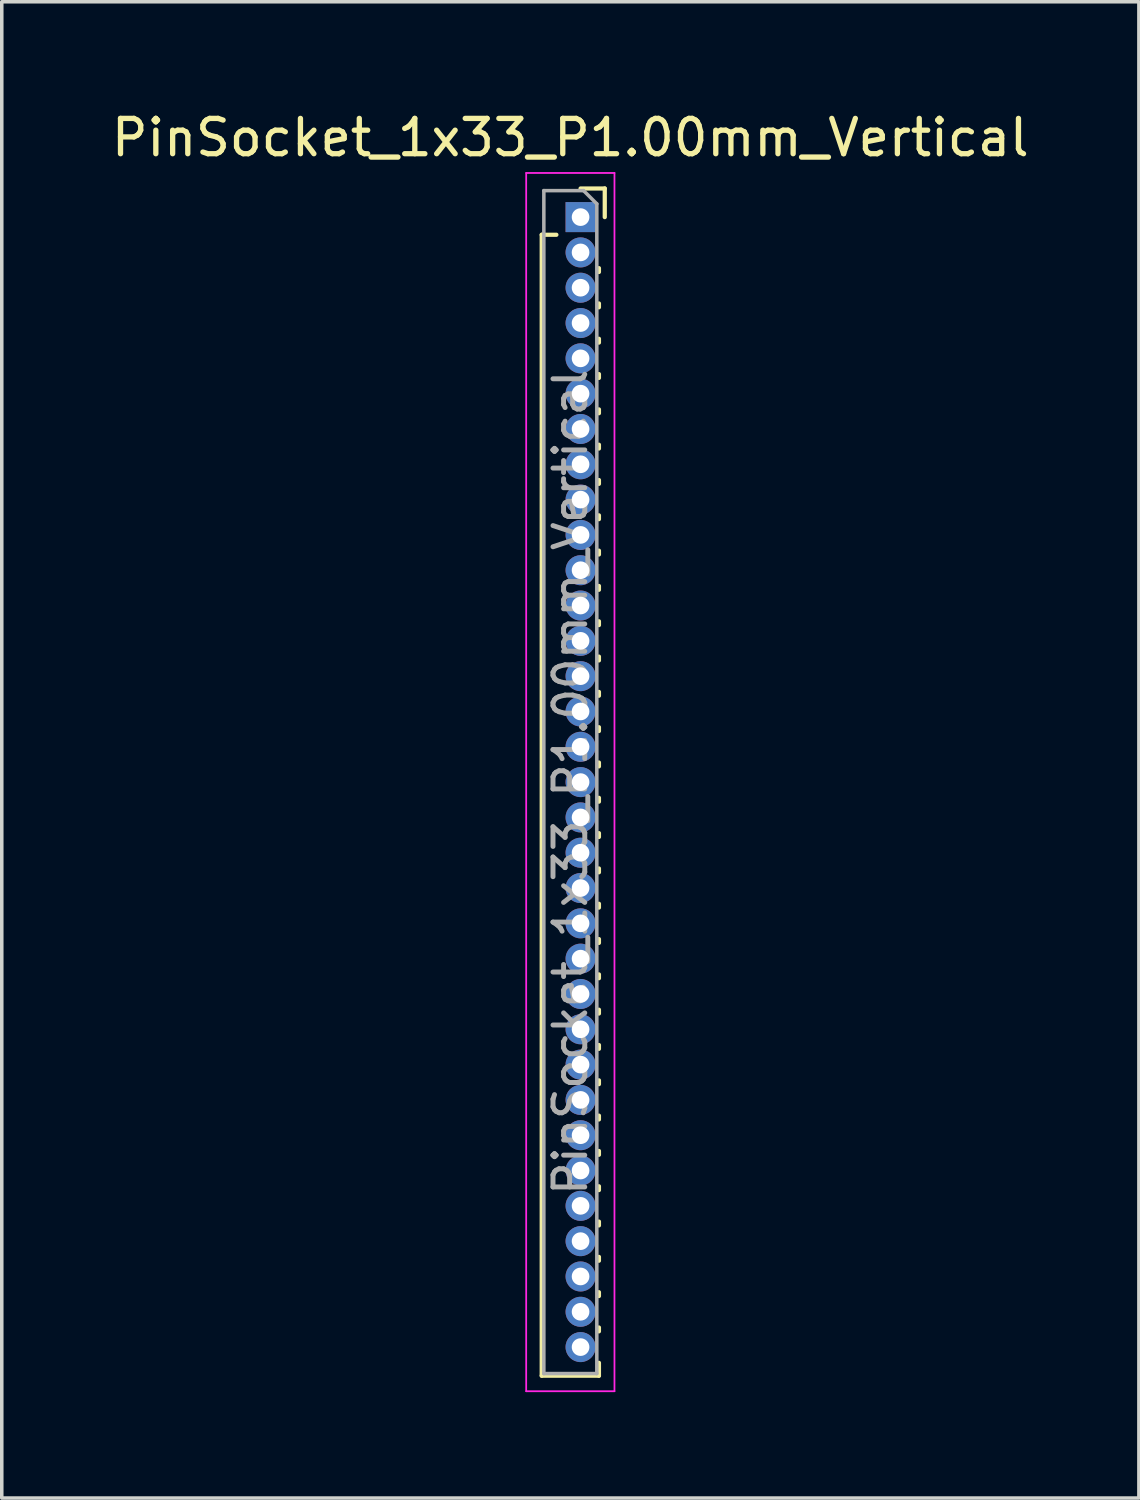
<source format=kicad_pcb>
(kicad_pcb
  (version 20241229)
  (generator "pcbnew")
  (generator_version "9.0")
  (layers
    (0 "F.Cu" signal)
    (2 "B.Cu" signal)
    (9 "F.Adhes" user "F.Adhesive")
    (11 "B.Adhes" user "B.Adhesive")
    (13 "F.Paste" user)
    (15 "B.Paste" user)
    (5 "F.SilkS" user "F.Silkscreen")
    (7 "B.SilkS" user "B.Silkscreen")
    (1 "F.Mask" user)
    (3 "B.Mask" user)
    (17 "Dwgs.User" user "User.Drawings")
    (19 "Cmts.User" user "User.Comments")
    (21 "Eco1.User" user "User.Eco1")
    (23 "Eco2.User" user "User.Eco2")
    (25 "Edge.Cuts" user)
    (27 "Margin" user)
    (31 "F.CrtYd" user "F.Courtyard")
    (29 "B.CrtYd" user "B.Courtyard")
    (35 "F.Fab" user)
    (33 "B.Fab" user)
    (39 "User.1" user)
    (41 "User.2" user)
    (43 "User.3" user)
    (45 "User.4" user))
  (footprint "PinSocket_1x33_P1.00mm_Vertical"
    (layer "F.Cu")
    (at 13.391 3.098)
    (property "Reference" "PinSocket_1x33_P1.00mm_Vertical" (at -0.29 -2.25 0) (layer "F.SilkS") (effects (font (size 1 1) (thickness 0.15))))
    (attr through_hole)
    (fp_line (start -1.1 0.5) (end -1.1 32.81) (stroke (width 0.12) (type solid)) (layer "F.SilkS"))
    (fp_line (start -1.1 0.5) (end -0.685 0.5) (stroke (width 0.12) (type solid)) (layer "F.SilkS"))
    (fp_line (start -1.1 32.81) (end 0.52 32.81) (stroke (width 0.12) (type solid)) (layer "F.SilkS"))
    (fp_line (start 0 -0.81) (end 0.685 -0.81) (stroke (width 0.12) (type solid)) (layer "F.SilkS"))
    (fp_line (start 0.52 1.446) (end 0.52 1.554) (stroke (width 0.12) (type solid)) (layer "F.SilkS"))
    (fp_line (start 0.52 2.446) (end 0.52 2.554) (stroke (width 0.12) (type solid)) (layer "F.SilkS"))
    (fp_line (start 0.52 3.446) (end 0.52 3.554) (stroke (width 0.12) (type solid)) (layer "F.SilkS"))
    (fp_line (start 0.52 4.446) (end 0.52 4.554) (stroke (width 0.12) (type solid)) (layer "F.SilkS"))
    (fp_line (start 0.52 5.446) (end 0.52 5.554) (stroke (width 0.12) (type solid)) (layer "F.SilkS"))
    (fp_line (start 0.52 6.446) (end 0.52 6.554) (stroke (width 0.12) (type solid)) (layer "F.SilkS"))
    (fp_line (start 0.52 7.446) (end 0.52 7.554) (stroke (width 0.12) (type solid)) (layer "F.SilkS"))
    (fp_line (start 0.52 8.446) (end 0.52 8.554) (stroke (width 0.12) (type solid)) (layer "F.SilkS"))
    (fp_line (start 0.52 9.446) (end 0.52 9.554) (stroke (width 0.12) (type solid)) (layer "F.SilkS"))
    (fp_line (start 0.52 10.446) (end 0.52 10.554) (stroke (width 0.12) (type solid)) (layer "F.SilkS"))
    (fp_line (start 0.52 11.446) (end 0.52 11.554) (stroke (width 0.12) (type solid)) (layer "F.SilkS"))
    (fp_line (start 0.52 12.446) (end 0.52 12.554) (stroke (width 0.12) (type solid)) (layer "F.SilkS"))
    (fp_line (start 0.52 13.446) (end 0.52 13.554) (stroke (width 0.12) (type solid)) (layer "F.SilkS"))
    (fp_line (start 0.52 14.446) (end 0.52 14.554) (stroke (width 0.12) (type solid)) (layer "F.SilkS"))
    (fp_line (start 0.52 15.446) (end 0.52 15.554) (stroke (width 0.12) (type solid)) (layer "F.SilkS"))
    (fp_line (start 0.52 16.446) (end 0.52 16.554) (stroke (width 0.12) (type solid)) (layer "F.SilkS"))
    (fp_line (start 0.52 17.446) (end 0.52 17.554) (stroke (width 0.12) (type solid)) (layer "F.SilkS"))
    (fp_line (start 0.52 18.446) (end 0.52 18.554) (stroke (width 0.12) (type solid)) (layer "F.SilkS"))
    (fp_line (start 0.52 19.446) (end 0.52 19.554) (stroke (width 0.12) (type solid)) (layer "F.SilkS"))
    (fp_line (start 0.52 20.446) (end 0.52 20.554) (stroke (width 0.12) (type solid)) (layer "F.SilkS"))
    (fp_line (start 0.52 21.446) (end 0.52 21.554) (stroke (width 0.12) (type solid)) (layer "F.SilkS"))
    (fp_line (start 0.52 22.446) (end 0.52 22.554) (stroke (width 0.12) (type solid)) (layer "F.SilkS"))
    (fp_line (start 0.52 23.446) (end 0.52 23.554) (stroke (width 0.12) (type solid)) (layer "F.SilkS"))
    (fp_line (start 0.52 24.446) (end 0.52 24.554) (stroke (width 0.12) (type solid)) (layer "F.SilkS"))
    (fp_line (start 0.52 25.446) (end 0.52 25.554) (stroke (width 0.12) (type solid)) (layer "F.SilkS"))
    (fp_line (start 0.52 26.446) (end 0.52 26.554) (stroke (width 0.12) (type solid)) (layer "F.SilkS"))
    (fp_line (start 0.52 27.446) (end 0.52 27.554) (stroke (width 0.12) (type solid)) (layer "F.SilkS"))
    (fp_line (start 0.52 28.446) (end 0.52 28.554) (stroke (width 0.12) (type solid)) (layer "F.SilkS"))
    (fp_line (start 0.52 29.446) (end 0.52 29.554) (stroke (width 0.12) (type solid)) (layer "F.SilkS"))
    (fp_line (start 0.52 30.446) (end 0.52 30.554) (stroke (width 0.12) (type solid)) (layer "F.SilkS"))
    (fp_line (start 0.52 31.446) (end 0.52 31.554) (stroke (width 0.12) (type solid)) (layer "F.SilkS"))
    (fp_line (start 0.52 32.446) (end 0.52 32.81) (stroke (width 0.12) (type solid)) (layer "F.SilkS"))
    (fp_line (start 0.685 -0.81) (end 0.685 0) (stroke (width 0.12) (type solid)) (layer "F.SilkS"))
    (fp_line (start -1.54 -1.25) (end 0.96 -1.25) (stroke (width 0.05) (type solid)) (layer "F.CrtYd"))
    (fp_line (start -1.54 33.25) (end -1.54 -1.25) (stroke (width 0.05) (type solid)) (layer "F.CrtYd"))
    (fp_line (start 0.96 -1.25) (end 0.96 33.25) (stroke (width 0.05) (type solid)) (layer "F.CrtYd"))
    (fp_line (start 0.96 33.25) (end -1.54 33.25) (stroke (width 0.05) (type solid)) (layer "F.CrtYd"))
    (fp_line (start -1.04 -0.75) (end 0.085 -0.75) (stroke (width 0.1) (type solid)) (layer "F.Fab"))
    (fp_line (start -1.04 32.75) (end -1.04 -0.75) (stroke (width 0.1) (type solid)) (layer "F.Fab"))
    (fp_line (start 0.085 -0.75) (end 0.46 -0.375) (stroke (width 0.1) (type solid)) (layer "F.Fab"))
    (fp_line (start 0.46 -0.375) (end 0.46 32.75) (stroke (width 0.1) (type solid)) (layer "F.Fab"))
    (fp_line (start 0.46 32.75) (end -1.04 32.75) (stroke (width 0.1) (type solid)) (layer "F.Fab"))
    (fp_text user "${REFERENCE}" (at -0.29 16 90) (layer "F.Fab") (effects (font (size 0.9 0.9) (thickness 0.14))))
    (pad "1" thru_hole rect (at 0 0) (size 0.85 0.85) (drill 0.5) (layers "*.Cu" "*.Mask"))
    (pad "2" thru_hole circle (at 0 1) (size 0.85 0.85) (drill 0.5) (layers "*.Cu" "*.Mask"))
    (pad "3" thru_hole circle (at 0 2) (size 0.85 0.85) (drill 0.5) (layers "*.Cu" "*.Mask"))
    (pad "4" thru_hole circle (at 0 3) (size 0.85 0.85) (drill 0.5) (layers "*.Cu" "*.Mask"))
    (pad "5" thru_hole circle (at 0 4) (size 0.85 0.85) (drill 0.5) (layers "*.Cu" "*.Mask"))
    (pad "6" thru_hole circle (at 0 5) (size 0.85 0.85) (drill 0.5) (layers "*.Cu" "*.Mask"))
    (pad "7" thru_hole circle (at 0 6) (size 0.85 0.85) (drill 0.5) (layers "*.Cu" "*.Mask"))
    (pad "8" thru_hole circle (at 0 7) (size 0.85 0.85) (drill 0.5) (layers "*.Cu" "*.Mask"))
    (pad "9" thru_hole circle (at 0 8) (size 0.85 0.85) (drill 0.5) (layers "*.Cu" "*.Mask"))
    (pad "10" thru_hole circle (at 0 9) (size 0.85 0.85) (drill 0.5) (layers "*.Cu" "*.Mask"))
    (pad "11" thru_hole circle (at 0 10) (size 0.85 0.85) (drill 0.5) (layers "*.Cu" "*.Mask"))
    (pad "12" thru_hole circle (at 0 11) (size 0.85 0.85) (drill 0.5) (layers "*.Cu" "*.Mask"))
    (pad "13" thru_hole circle (at 0 12) (size 0.85 0.85) (drill 0.5) (layers "*.Cu" "*.Mask"))
    (pad "14" thru_hole circle (at 0 13) (size 0.85 0.85) (drill 0.5) (layers "*.Cu" "*.Mask"))
    (pad "15" thru_hole circle (at 0 14) (size 0.85 0.85) (drill 0.5) (layers "*.Cu" "*.Mask"))
    (pad "16" thru_hole circle (at 0 15) (size 0.85 0.85) (drill 0.5) (layers "*.Cu" "*.Mask"))
    (pad "17" thru_hole circle (at 0 16) (size 0.85 0.85) (drill 0.5) (layers "*.Cu" "*.Mask"))
    (pad "18" thru_hole circle (at 0 17) (size 0.85 0.85) (drill 0.5) (layers "*.Cu" "*.Mask"))
    (pad "19" thru_hole circle (at 0 18) (size 0.85 0.85) (drill 0.5) (layers "*.Cu" "*.Mask"))
    (pad "20" thru_hole circle (at 0 19) (size 0.85 0.85) (drill 0.5) (layers "*.Cu" "*.Mask"))
    (pad "21" thru_hole circle (at 0 20) (size 0.85 0.85) (drill 0.5) (layers "*.Cu" "*.Mask"))
    (pad "22" thru_hole circle (at 0 21) (size 0.85 0.85) (drill 0.5) (layers "*.Cu" "*.Mask"))
    (pad "23" thru_hole circle (at 0 22) (size 0.85 0.85) (drill 0.5) (layers "*.Cu" "*.Mask"))
    (pad "24" thru_hole circle (at 0 23) (size 0.85 0.85) (drill 0.5) (layers "*.Cu" "*.Mask"))
    (pad "25" thru_hole circle (at 0 24) (size 0.85 0.85) (drill 0.5) (layers "*.Cu" "*.Mask"))
    (pad "26" thru_hole circle (at 0 25) (size 0.85 0.85) (drill 0.5) (layers "*.Cu" "*.Mask"))
    (pad "27" thru_hole circle (at 0 26) (size 0.85 0.85) (drill 0.5) (layers "*.Cu" "*.Mask"))
    (pad "28" thru_hole circle (at 0 27) (size 0.85 0.85) (drill 0.5) (layers "*.Cu" "*.Mask"))
    (pad "29" thru_hole circle (at 0 28) (size 0.85 0.85) (drill 0.5) (layers "*.Cu" "*.Mask"))
    (pad "30" thru_hole circle (at 0 29) (size 0.85 0.85) (drill 0.5) (layers "*.Cu" "*.Mask"))
    (pad "31" thru_hole circle (at 0 30) (size 0.85 0.85) (drill 0.5) (layers "*.Cu" "*.Mask"))
    (pad "32" thru_hole circle (at 0 31) (size 0.85 0.85) (drill 0.5) (layers "*.Cu" "*.Mask"))
    (pad "33" thru_hole circle (at 0 32) (size 0.85 0.85) (drill 0.5) (layers "*.Cu" "*.Mask")))
  (gr_rect
    (start -3 -3)
    (end 29.202 39.373)
    (stroke (width 0.1) (type default))
    (fill no)
    (layer "Edge.Cuts")))
</source>
